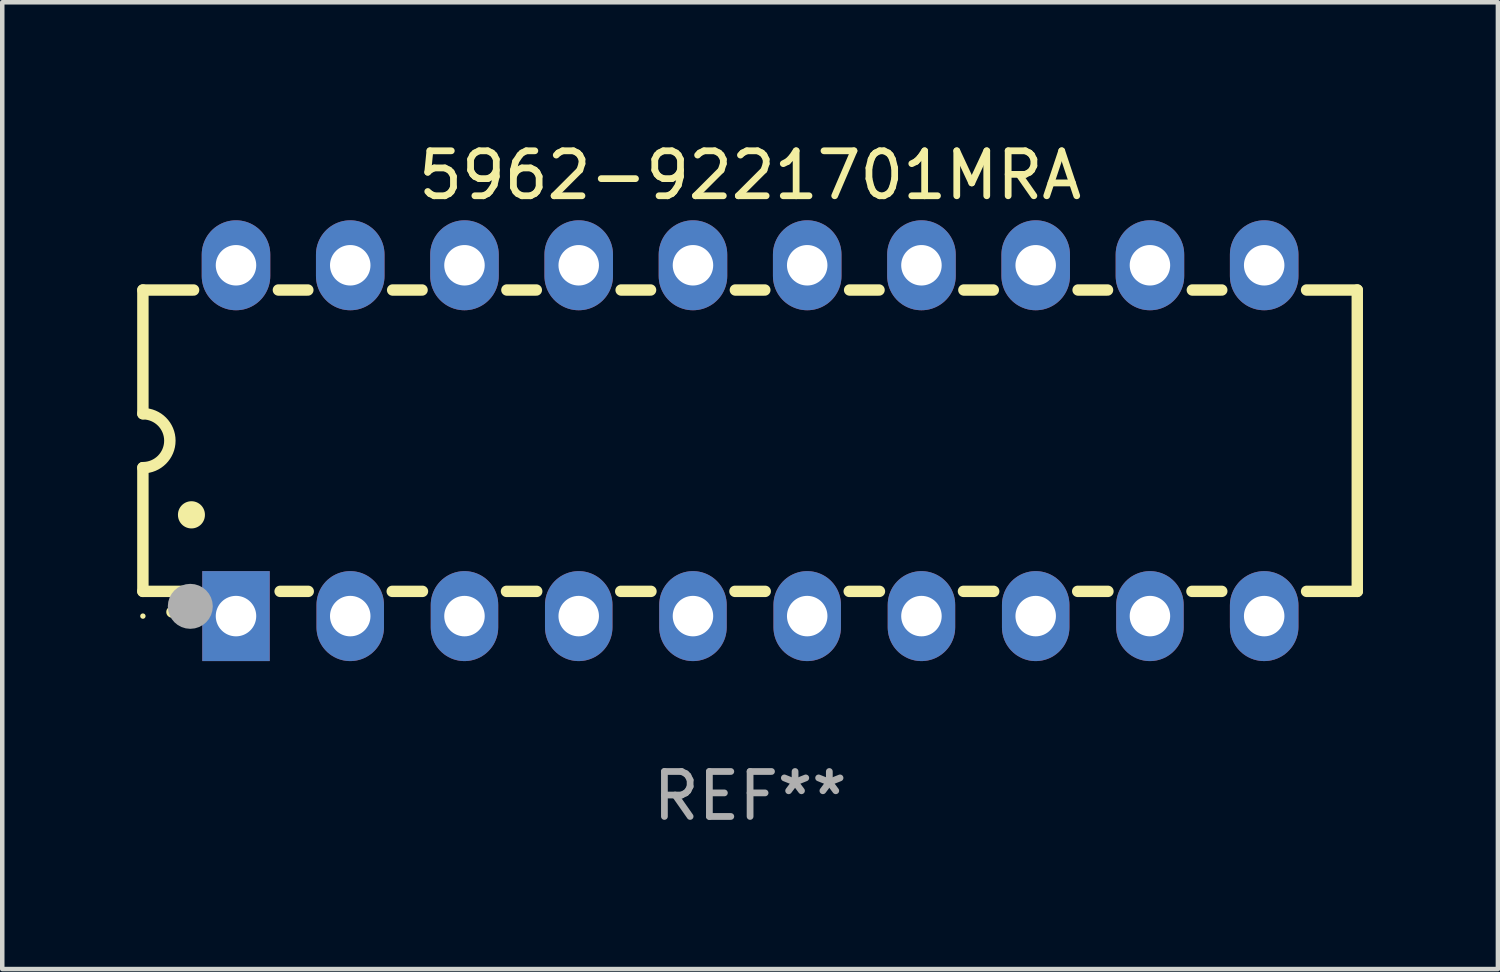
<source format=kicad_pcb>
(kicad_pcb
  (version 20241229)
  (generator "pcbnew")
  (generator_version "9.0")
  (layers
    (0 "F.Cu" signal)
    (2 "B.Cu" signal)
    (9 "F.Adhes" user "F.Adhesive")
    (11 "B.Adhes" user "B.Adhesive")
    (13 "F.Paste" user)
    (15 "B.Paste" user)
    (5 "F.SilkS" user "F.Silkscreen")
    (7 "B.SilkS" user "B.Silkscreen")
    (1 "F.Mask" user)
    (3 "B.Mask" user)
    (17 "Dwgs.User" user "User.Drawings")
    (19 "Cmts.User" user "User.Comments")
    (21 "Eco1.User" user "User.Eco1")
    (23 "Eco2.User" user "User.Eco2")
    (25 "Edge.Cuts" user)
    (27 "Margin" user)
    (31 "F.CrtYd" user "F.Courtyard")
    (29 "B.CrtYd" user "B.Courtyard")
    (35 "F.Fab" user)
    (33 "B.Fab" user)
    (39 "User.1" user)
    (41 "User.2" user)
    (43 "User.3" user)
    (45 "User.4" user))
  (footprint "5962-9221701MRA"
    (layer "F.Cu")
    (at 13.627 6.748)
    (property "Reference" "5962-9221701MRA" (at 0 -5.9 0) (layer "F.SilkS") (effects (font (size 1 1) (thickness 0.15))))
    (attr through_hole)
    (fp_line (start -13.5 -3.35) (end -12.373 -3.35) (stroke (width 0.254) (type solid)) (layer "F.SilkS"))
    (fp_line (start -13.5 -0.6) (end -13.5 -3.35) (stroke (width 0.254) (type solid)) (layer "F.SilkS"))
    (fp_line (start -13.5 3.35) (end -13.5 0.6) (stroke (width 0.254) (type solid)) (layer "F.SilkS"))
    (fp_line (start -13.5 3.35) (end -12.411 3.35) (stroke (width 0.254) (type solid)) (layer "F.SilkS"))
    (fp_line (start -10.487 -3.35) (end -9.833 -3.35) (stroke (width 0.254) (type solid)) (layer "F.SilkS"))
    (fp_line (start -10.449 3.35) (end -9.824 3.35) (stroke (width 0.254) (type solid)) (layer "F.SilkS"))
    (fp_line (start -7.956 3.35) (end -7.284 3.35) (stroke (width 0.254) (type solid)) (layer "F.SilkS"))
    (fp_line (start -7.947 -3.35) (end -7.293 -3.35) (stroke (width 0.254) (type solid)) (layer "F.SilkS"))
    (fp_line (start -5.416 3.35) (end -4.744 3.35) (stroke (width 0.254) (type solid)) (layer "F.SilkS"))
    (fp_line (start -5.407 -3.35) (end -4.753 -3.35) (stroke (width 0.254) (type solid)) (layer "F.SilkS"))
    (fp_line (start -2.876 3.35) (end -2.204 3.35) (stroke (width 0.254) (type solid)) (layer "F.SilkS"))
    (fp_line (start -2.867 -3.35) (end -2.213 -3.35) (stroke (width 0.254) (type solid)) (layer "F.SilkS"))
    (fp_line (start -0.336 3.35) (end 0.336 3.35) (stroke (width 0.254) (type solid)) (layer "F.SilkS"))
    (fp_line (start -0.327 -3.35) (end 0.327 -3.35) (stroke (width 0.254) (type solid)) (layer "F.SilkS"))
    (fp_line (start 2.204 3.35) (end 2.876 3.35) (stroke (width 0.254) (type solid)) (layer "F.SilkS"))
    (fp_line (start 2.213 -3.35) (end 2.867 -3.35) (stroke (width 0.254) (type solid)) (layer "F.SilkS"))
    (fp_line (start 4.744 3.35) (end 5.416 3.35) (stroke (width 0.254) (type solid)) (layer "F.SilkS"))
    (fp_line (start 4.753 -3.35) (end 5.407 -3.35) (stroke (width 0.254) (type solid)) (layer "F.SilkS"))
    (fp_line (start 7.284 3.35) (end 7.956 3.35) (stroke (width 0.254) (type solid)) (layer "F.SilkS"))
    (fp_line (start 7.293 -3.35) (end 7.947 -3.35) (stroke (width 0.254) (type solid)) (layer "F.SilkS"))
    (fp_line (start 9.824 3.35) (end 10.487 3.35) (stroke (width 0.254) (type solid)) (layer "F.SilkS"))
    (fp_line (start 9.833 -3.35) (end 10.487 -3.35) (stroke (width 0.254) (type solid)) (layer "F.SilkS"))
    (fp_line (start 12.373 -3.35) (end 13.5 -3.35) (stroke (width 0.254) (type solid)) (layer "F.SilkS"))
    (fp_line (start 12.373 3.35) (end 13.5 3.35) (stroke (width 0.254) (type solid)) (layer "F.SilkS"))
    (fp_line (start 13.5 -3.35) (end 13.5 3.35) (stroke (width 0.254) (type solid)) (layer "F.SilkS"))
    (fp_arc (start -13.500127 -0.599442) (mid -12.900406 0.000228) (end -13.500025 0.6) (stroke (width 0.254001) (type solid)) (layer "F.SilkS"))
    (fp_arc (start -12.854966 3.810008) (mid -12.854973 3.808738) (end -12.854966 3.807468) (stroke (width 0.25) (type solid)) (layer "F.SilkS"))
    (fp_arc (start -12.420625 1.651003) (mid -12.420636 1.648463) (end -12.420625 1.645923) (stroke (width 0.6) (type solid)) (layer "F.SilkS"))
    (fp_circle (center -13.5 3.9) (end -13.47 3.9) (stroke (width 0.06) (type solid)) (fill no) (layer "F.SilkS"))
    (fp_circle (center -12.446 3.683) (end -12.196 3.683) (stroke (width 0.5) (type solid)) (fill no) (layer "F.Fab"))
    (fp_text user "REF**" (at 0 7.9 0) (layer "F.Fab") (effects (font (size 1 1) (thickness 0.15))))
    (pad "1" thru_hole rect (at -11.43 3.9 90) (size 2 1.5) (drill 0.9) (layers "*.Cu" "*.Mask"))
    (pad "2" thru_hole oval (at -8.89 3.9 90) (size 2 1.5) (drill 0.9) (layers "*.Cu" "*.Mask"))
    (pad "3" thru_hole oval (at -6.35 3.9 90) (size 2 1.5) (drill 0.9) (layers "*.Cu" "*.Mask"))
    (pad "4" thru_hole oval (at -3.81 3.9 90) (size 2 1.5) (drill 0.9) (layers "*.Cu" "*.Mask"))
    (pad "5" thru_hole oval (at -1.27 3.9 90) (size 2 1.5) (drill 0.9) (layers "*.Cu" "*.Mask"))
    (pad "6" thru_hole oval (at 1.27 3.9 90) (size 2 1.5) (drill 0.9) (layers "*.Cu" "*.Mask"))
    (pad "7" thru_hole oval (at 3.81 3.9 90) (size 2 1.5) (drill 0.9) (layers "*.Cu" "*.Mask"))
    (pad "8" thru_hole oval (at 6.35 3.9 90) (size 2 1.5) (drill 0.9) (layers "*.Cu" "*.Mask"))
    (pad "9" thru_hole oval (at 8.89 3.9 90) (size 2 1.5) (drill 0.9) (layers "*.Cu" "*.Mask"))
    (pad "10" thru_hole oval (at 11.43 3.9 90) (size 2 1.524) (drill 0.9) (layers "*.Cu" "*.Mask"))
    (pad "11" thru_hole oval (at 11.43 -3.9 90) (size 2 1.524) (drill 0.9) (layers "*.Cu" "*.Mask"))
    (pad "12" thru_hole oval (at 8.89 -3.9 90) (size 2 1.524) (drill 0.9) (layers "*.Cu" "*.Mask"))
    (pad "13" thru_hole oval (at 6.35 -3.9 90) (size 2 1.524) (drill 0.9) (layers "*.Cu" "*.Mask"))
    (pad "14" thru_hole oval (at 3.81 -3.9 90) (size 2 1.524) (drill 0.9) (layers "*.Cu" "*.Mask"))
    (pad "15" thru_hole oval (at 1.27 -3.9 90) (size 2 1.524) (drill 0.9) (layers "*.Cu" "*.Mask"))
    (pad "16" thru_hole oval (at -1.27 -3.9 90) (size 2 1.524) (drill 0.9) (layers "*.Cu" "*.Mask"))
    (pad "17" thru_hole oval (at -3.81 -3.9 90) (size 2 1.524) (drill 0.9) (layers "*.Cu" "*.Mask"))
    (pad "18" thru_hole oval (at -6.35 -3.9 90) (size 2 1.524) (drill 0.9) (layers "*.Cu" "*.Mask"))
    (pad "19" thru_hole oval (at -8.89 -3.9 90) (size 2 1.524) (drill 0.9) (layers "*.Cu" "*.Mask"))
    (pad "20" thru_hole oval (at -11.43 -3.9 90) (size 2 1.524) (drill 0.9) (layers "*.Cu" "*.Mask")))
  (gr_rect
    (start -3 -3)
    (end 30.254 18.496)
    (stroke (width 0.1) (type default))
    (fill no)
    (layer "Edge.Cuts")))
</source>
